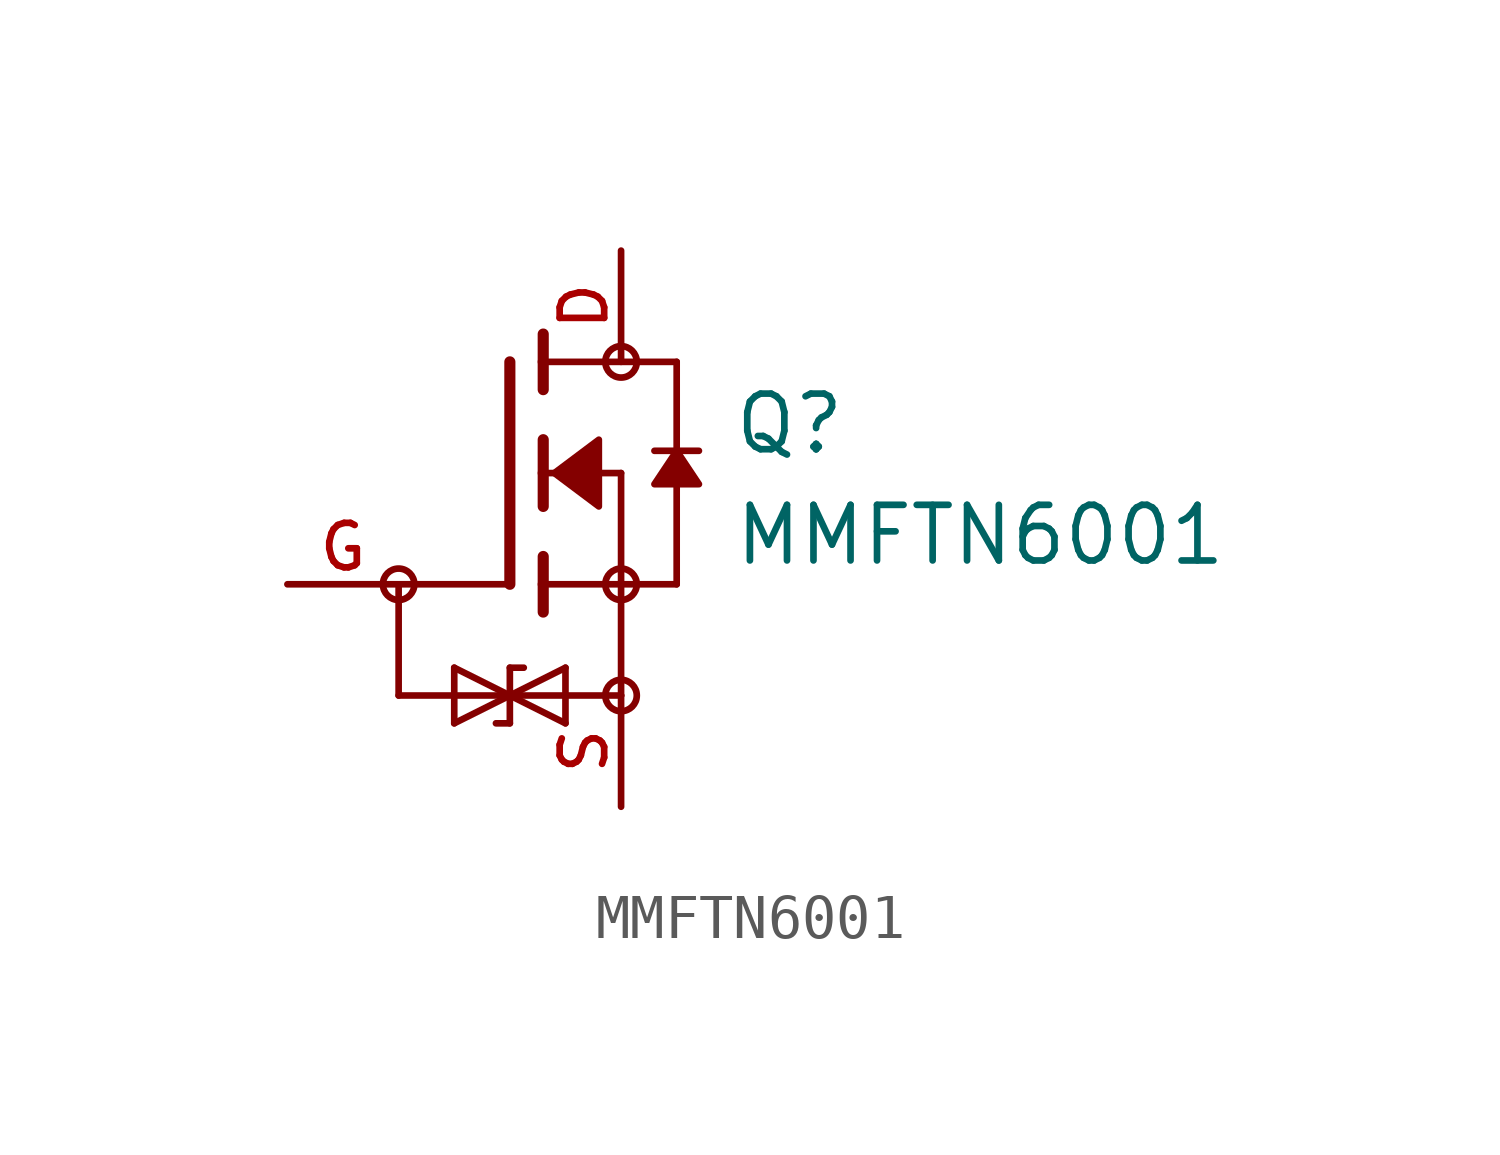
<source format=kicad_sym>
(kicad_symbol_lib
  (version 20231120)
  (generator "kicad_symbol_editor")
  (generator_version "8.0")
  (symbol "MMFTN6001"
    (pin_names
      (offset 1.016))
    (property "Reference" "Q"
      (at 5.08 0.381 0)
      (effects (font (size 1.27 1.27)) (justify left bottom)))
    (property "Value" "MMFTN6001"
      (at 5.08 -2.159 0)
      (effects (font (size 1.27 1.27)) (justify left bottom)))
    (symbol "MMFTN6001_0_0"
      (circle (center -2.54 -2.54) (radius 0.359) (stroke (width 0) (type default)) (fill (type none)))
      (polyline (pts (xy -2.54 -5.08) (xy 2.54 -5.08)) (stroke (width 0.152) (type default)) (fill (type none)))
      (polyline (pts (xy -2.54 -2.54) (xy -2.54 -5.08)) (stroke (width 0.152) (type default)) (fill (type none)))
      (polyline (pts (xy -2.54 -2.54) (xy 0 -2.54)) (stroke (width 0.152) (type default)) (fill (type none)))
      (polyline (pts (xy -1.27 -5.715) (xy 0 -5.08)) (stroke (width 0.152) (type default)) (fill (type none)))
      (polyline (pts (xy -1.27 -4.445) (xy -1.27 -5.715)) (stroke (width 0.152) (type default)) (fill (type none)))
      (polyline (pts (xy 0 -5.715) (xy -0.318 -5.715)) (stroke (width 0.152) (type default)) (fill (type none)))
      (polyline (pts (xy 0 -5.08) (xy -1.27 -4.445)) (stroke (width 0.152) (type default)) (fill (type none)))
      (polyline (pts (xy 0 -5.08) (xy 1.27 -4.445)) (stroke (width 0.152) (type default)) (fill (type none)))
      (polyline (pts (xy 0 -4.445) (xy 0 -5.715)) (stroke (width 0.152) (type default)) (fill (type none)))
      (polyline (pts (xy 0 -4.445) (xy 0.318 -4.445)) (stroke (width 0.152) (type default)) (fill (type none)))
      (polyline (pts (xy 0 2.54) (xy 0 -2.54)) (stroke (width 0.254) (type default)) (fill (type none)))
      (polyline (pts (xy 0.762 -2.54) (xy 0.762 -3.175)) (stroke (width 0.254) (type default)) (fill (type none)))
      (polyline (pts (xy 0.762 -1.905) (xy 0.762 -2.54)) (stroke (width 0.254) (type default)) (fill (type none)))
      (polyline (pts (xy 0.762 0) (xy 0.762 -0.762)) (stroke (width 0.254) (type default)) (fill (type none)))
      (polyline (pts (xy 0.762 0) (xy 2.54 0)) (stroke (width 0.152) (type default)) (fill (type none)))
      (polyline (pts (xy 0.762 0.762) (xy 0.762 0)) (stroke (width 0.254) (type default)) (fill (type none)))
      (polyline (pts (xy 0.762 2.54) (xy 0.762 1.905)) (stroke (width 0.254) (type default)) (fill (type none)))
      (polyline (pts (xy 0.762 2.54) (xy 3.81 2.54)) (stroke (width 0.152) (type default)) (fill (type none)))
      (polyline (pts (xy 0.762 3.175) (xy 0.762 2.54)) (stroke (width 0.254) (type default)) (fill (type none)))
      (polyline (pts (xy 1.27 -5.715) (xy 0 -5.08)) (stroke (width 0.152) (type default)) (fill (type none)))
      (polyline (pts (xy 1.27 -4.445) (xy 1.27 -5.715)) (stroke (width 0.152) (type default)) (fill (type none)))
      (polyline (pts (xy 2.54 -5.08) (xy 2.54 -2.54)) (stroke (width 0.152) (type default)) (fill (type none)))
      (polyline (pts (xy 2.54 -2.54) (xy 0.762 -2.54)) (stroke (width 0.152) (type default)) (fill (type none)))
      (polyline (pts (xy 2.54 -2.54) (xy 3.81 -2.54)) (stroke (width 0.152) (type default)) (fill (type none)))
      (polyline (pts (xy 2.54 0) (xy 2.54 -2.54)) (stroke (width 0.152) (type default)) (fill (type none)))
      (polyline (pts (xy 3.81 0.508) (xy 3.302 0.508)) (stroke (width 0.152) (type default)) (fill (type none)))
      (polyline (pts (xy 3.81 0.508) (xy 3.81 -2.54)) (stroke (width 0.152) (type default)) (fill (type none)))
      (polyline (pts (xy 3.81 2.54) (xy 3.81 0.508)) (stroke (width 0.152) (type default)) (fill (type none)))
      (polyline (pts (xy 4.318 0.508) (xy 3.81 0.508)) (stroke (width 0.152) (type default)) (fill (type none)))
      (polyline (pts (xy 1.016 0) (xy 2.032 0.762) (xy 2.032 -0.762) (xy 1.016 0)) (stroke (width 0.152) (type default)) (fill (type outline)))
      (polyline (pts (xy 3.81 0.508) (xy 3.302 -0.254) (xy 4.318 -0.254) (xy 3.81 0.508)) (stroke (width 0.152) (type default)) (fill (type outline)))
      (circle (center 2.54 -5.08) (radius 0.359) (stroke (width 0) (type default)) (fill (type none)))
      (circle (center 2.54 -2.54) (radius 0.359) (stroke (width 0) (type default)) (fill (type none)))
      (circle (center 2.54 2.54) (radius 0.359) (stroke (width 0) (type default)) (fill (type none))))
    (symbol "MMFTN6001_1_0"
      (pin passive line (at 2.54 5.08 270) (length 2.54) (name "~" (effects (font (size 1.016 1.016)))) (number "D" (effects (font (size 1.016 1.016)))))
      (pin passive line (at -5.08 -2.54 0) (length 2.54) (name "~" (effects (font (size 1.016 1.016)))) (number "G" (effects (font (size 1.016 1.016)))))
      (pin passive line (at 2.54 -7.62 90) (length 2.54) (name "~" (effects (font (size 1.016 1.016)))) (number "S" (effects (font (size 1.016 1.016))))))))
</source>
